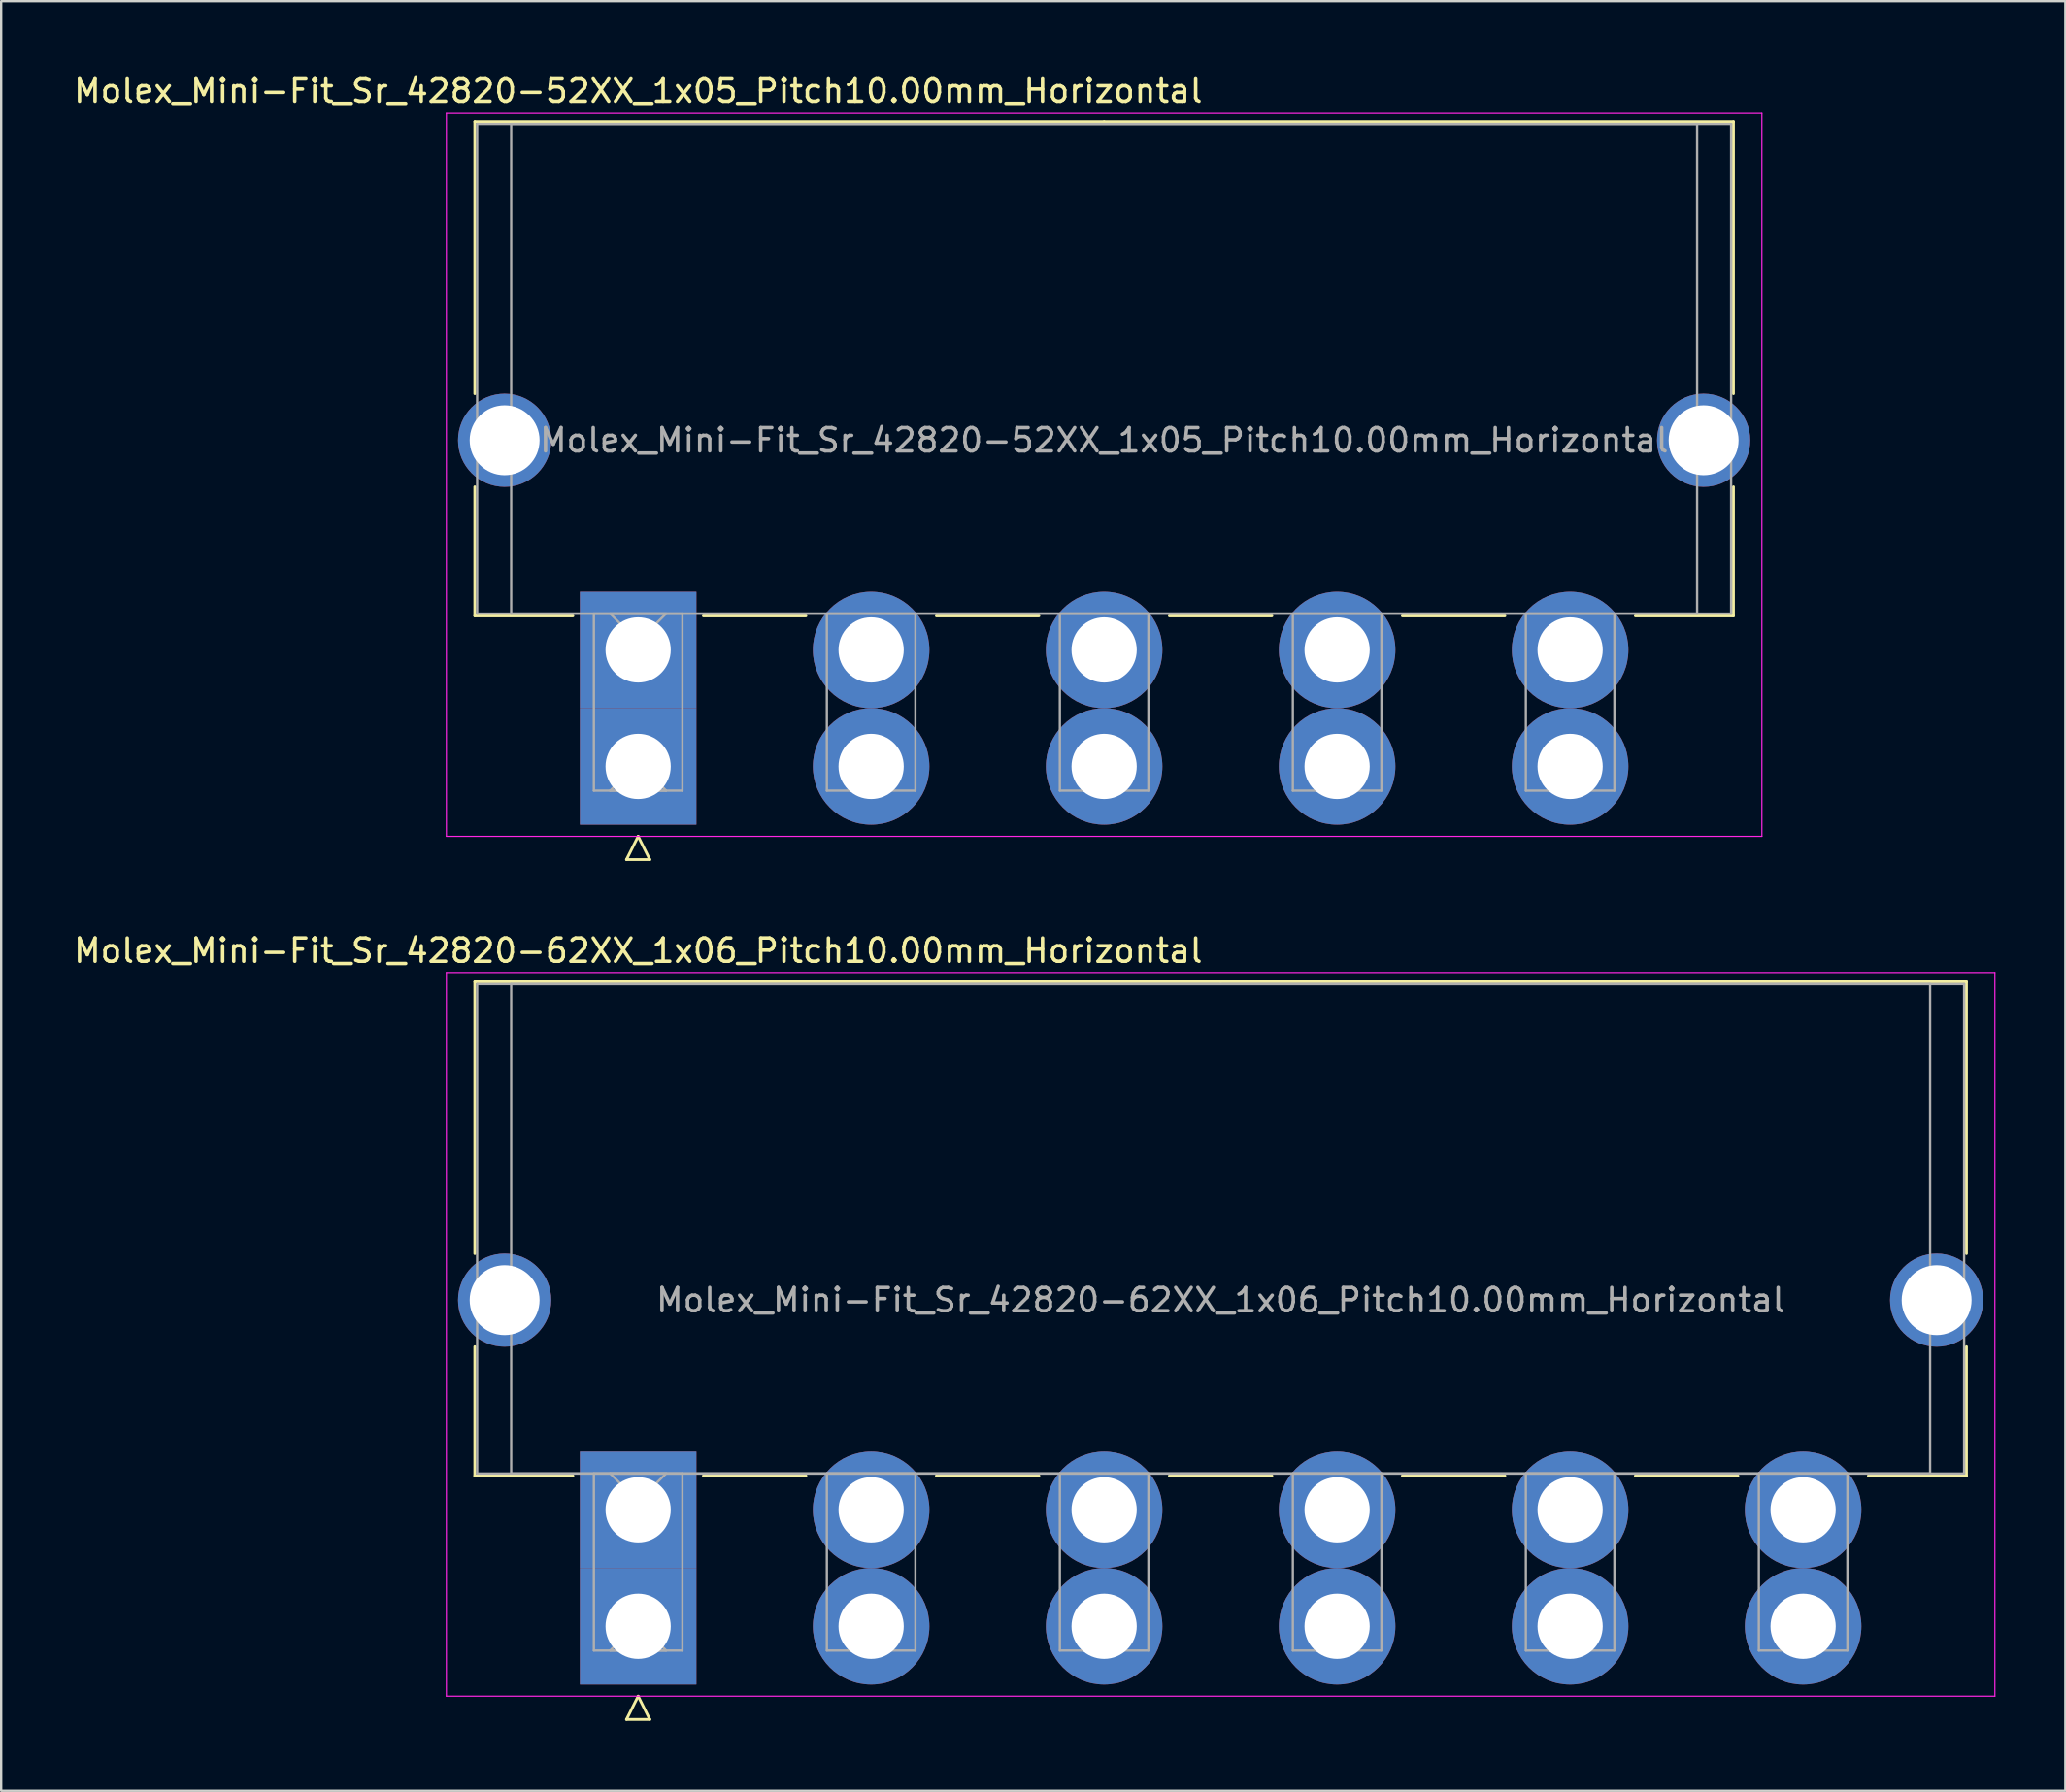
<source format=kicad_pcb>
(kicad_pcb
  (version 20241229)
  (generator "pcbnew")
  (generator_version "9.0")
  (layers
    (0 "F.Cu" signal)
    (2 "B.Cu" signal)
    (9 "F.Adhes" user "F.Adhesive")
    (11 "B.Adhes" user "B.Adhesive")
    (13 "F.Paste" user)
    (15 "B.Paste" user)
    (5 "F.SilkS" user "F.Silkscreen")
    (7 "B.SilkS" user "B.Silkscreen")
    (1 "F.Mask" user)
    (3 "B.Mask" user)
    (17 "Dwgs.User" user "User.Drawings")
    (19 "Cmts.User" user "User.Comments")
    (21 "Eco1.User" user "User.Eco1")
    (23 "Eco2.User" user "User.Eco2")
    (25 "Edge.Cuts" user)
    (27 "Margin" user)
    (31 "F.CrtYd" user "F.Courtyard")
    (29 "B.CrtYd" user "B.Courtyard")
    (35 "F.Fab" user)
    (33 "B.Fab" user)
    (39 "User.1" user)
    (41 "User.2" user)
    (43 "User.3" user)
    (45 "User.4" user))
  (footprint "Molex_Mini-Fit_Sr_42820-62XX_1x06_Pitch10.00mm_Horizontal"
    (layer "F.Cu")
    (at 24.339 61.757)
    (property "Reference" "Molex_Mini-Fit_Sr_42820-62XX_1x06_Pitch10.00mm_Horizontal" (at 0 -24 0) (layer "F.SilkS") (effects (font (size 1 1) (thickness 0.15))))
    (attr through_hole)
    (fp_line (start -7.01 -22.66) (end -7.01 -11) (stroke (width 0.12) (type solid)) (layer "F.SilkS"))
    (fp_line (start -7.01 -7) (end -7.01 -1.46) (stroke (width 0.12) (type solid)) (layer "F.SilkS"))
    (fp_line (start -7.01 -1.46) (end -2.8 -1.46) (stroke (width 0.12) (type solid)) (layer "F.SilkS"))
    (fp_line (start -0.5 9) (end 0 8) (stroke (width 0.12) (type solid)) (layer "F.SilkS"))
    (fp_line (start 0 8) (end 0.5 9) (stroke (width 0.12) (type solid)) (layer "F.SilkS"))
    (fp_line (start 0.5 9) (end -0.5 9) (stroke (width 0.12) (type solid)) (layer "F.SilkS"))
    (fp_line (start 2.8 -1.46) (end 7.2 -1.46) (stroke (width 0.12) (type solid)) (layer "F.SilkS"))
    (fp_line (start 12.8 -1.46) (end 17.2 -1.46) (stroke (width 0.12) (type solid)) (layer "F.SilkS"))
    (fp_line (start 22.8 -1.46) (end 27.2 -1.46) (stroke (width 0.12) (type solid)) (layer "F.SilkS"))
    (fp_line (start 25 -22.66) (end -7.01 -22.66) (stroke (width 0.12) (type solid)) (layer "F.SilkS"))
    (fp_line (start 25 -22.66) (end 57.01 -22.66) (stroke (width 0.12) (type solid)) (layer "F.SilkS"))
    (fp_line (start 32.8 -1.46) (end 37.2 -1.46) (stroke (width 0.12) (type solid)) (layer "F.SilkS"))
    (fp_line (start 42.8 -1.46) (end 47.2 -1.46) (stroke (width 0.12) (type solid)) (layer "F.SilkS"))
    (fp_line (start 57.01 -22.66) (end 57.01 -11) (stroke (width 0.12) (type solid)) (layer "F.SilkS"))
    (fp_line (start 57.01 -7) (end 57.01 -1.46) (stroke (width 0.12) (type solid)) (layer "F.SilkS"))
    (fp_line (start 57.01 -1.46) (end 52.8 -1.46) (stroke (width 0.12) (type solid)) (layer "F.SilkS"))
    (fp_line (start -8.23 -23.06) (end -8.23 8) (stroke (width 0.05) (type solid)) (layer "F.CrtYd"))
    (fp_line (start -8.23 8) (end 58.23 8) (stroke (width 0.05) (type solid)) (layer "F.CrtYd"))
    (fp_line (start 58.23 -23.06) (end -8.23 -23.06) (stroke (width 0.05) (type solid)) (layer "F.CrtYd"))
    (fp_line (start 58.23 8) (end 58.23 -23.06) (stroke (width 0.05) (type solid)) (layer "F.CrtYd"))
    (fp_line (start -6.91 -22.56) (end -6.91 -1.56) (stroke (width 0.1) (type solid)) (layer "F.Fab"))
    (fp_line (start -6.91 -1.56) (end 56.91 -1.56) (stroke (width 0.1) (type solid)) (layer "F.Fab"))
    (fp_line (start -5.45 -22.56) (end -5.45 -1.56) (stroke (width 0.1) (type solid)) (layer "F.Fab"))
    (fp_line (start -5.45 -1.56) (end 55.45 -1.56) (stroke (width 0.1) (type solid)) (layer "F.Fab"))
    (fp_line (start -1.9 -1.56) (end -1.9 6.04) (stroke (width 0.1) (type solid)) (layer "F.Fab"))
    (fp_line (start -1.9 6.04) (end 1.9 6.04) (stroke (width 0.1) (type solid)) (layer "F.Fab"))
    (fp_line (start -1.2 -1.56) (end 0 -0.36) (stroke (width 0.1) (type solid)) (layer "F.Fab"))
    (fp_line (start -1.2 6.04) (end 0 4.84) (stroke (width 0.1) (type solid)) (layer "F.Fab"))
    (fp_line (start 0 -0.36) (end 1.2 -1.56) (stroke (width 0.1) (type solid)) (layer "F.Fab"))
    (fp_line (start 0 4.84) (end 1.2 6.04) (stroke (width 0.1) (type solid)) (layer "F.Fab"))
    (fp_line (start 1.2 -1.56) (end -1.2 -1.56) (stroke (width 0.1) (type solid)) (layer "F.Fab"))
    (fp_line (start 1.2 6.04) (end -1.2 6.04) (stroke (width 0.1) (type solid)) (layer "F.Fab"))
    (fp_line (start 1.9 -1.56) (end -1.9 -1.56) (stroke (width 0.1) (type solid)) (layer "F.Fab"))
    (fp_line (start 1.9 6.04) (end 1.9 -1.56) (stroke (width 0.1) (type solid)) (layer "F.Fab"))
    (fp_line (start 8.1 -1.56) (end 8.1 6.04) (stroke (width 0.1) (type solid)) (layer "F.Fab"))
    (fp_line (start 8.1 6.04) (end 11.9 6.04) (stroke (width 0.1) (type solid)) (layer "F.Fab"))
    (fp_line (start 11.9 -1.56) (end 8.1 -1.56) (stroke (width 0.1) (type solid)) (layer "F.Fab"))
    (fp_line (start 11.9 6.04) (end 11.9 -1.56) (stroke (width 0.1) (type solid)) (layer "F.Fab"))
    (fp_line (start 18.1 -1.56) (end 18.1 6.04) (stroke (width 0.1) (type solid)) (layer "F.Fab"))
    (fp_line (start 18.1 6.04) (end 21.9 6.04) (stroke (width 0.1) (type solid)) (layer "F.Fab"))
    (fp_line (start 21.9 -1.56) (end 18.1 -1.56) (stroke (width 0.1) (type solid)) (layer "F.Fab"))
    (fp_line (start 21.9 6.04) (end 21.9 -1.56) (stroke (width 0.1) (type solid)) (layer "F.Fab"))
    (fp_line (start 28.1 -1.56) (end 28.1 6.04) (stroke (width 0.1) (type solid)) (layer "F.Fab"))
    (fp_line (start 28.1 6.04) (end 31.9 6.04) (stroke (width 0.1) (type solid)) (layer "F.Fab"))
    (fp_line (start 31.9 -1.56) (end 28.1 -1.56) (stroke (width 0.1) (type solid)) (layer "F.Fab"))
    (fp_line (start 31.9 6.04) (end 31.9 -1.56) (stroke (width 0.1) (type solid)) (layer "F.Fab"))
    (fp_line (start 38.1 -1.56) (end 38.1 6.04) (stroke (width 0.1) (type solid)) (layer "F.Fab"))
    (fp_line (start 38.1 6.04) (end 41.9 6.04) (stroke (width 0.1) (type solid)) (layer "F.Fab"))
    (fp_line (start 41.9 -1.56) (end 38.1 -1.56) (stroke (width 0.1) (type solid)) (layer "F.Fab"))
    (fp_line (start 41.9 6.04) (end 41.9 -1.56) (stroke (width 0.1) (type solid)) (layer "F.Fab"))
    (fp_line (start 48.1 -1.56) (end 48.1 6.04) (stroke (width 0.1) (type solid)) (layer "F.Fab"))
    (fp_line (start 48.1 6.04) (end 51.9 6.04) (stroke (width 0.1) (type solid)) (layer "F.Fab"))
    (fp_line (start 51.9 -1.56) (end 48.1 -1.56) (stroke (width 0.1) (type solid)) (layer "F.Fab"))
    (fp_line (start 51.9 6.04) (end 51.9 -1.56) (stroke (width 0.1) (type solid)) (layer "F.Fab"))
    (fp_line (start 55.45 -22.56) (end -5.45 -22.56) (stroke (width 0.1) (type solid)) (layer "F.Fab"))
    (fp_line (start 55.45 -1.56) (end 55.45 -22.56) (stroke (width 0.1) (type solid)) (layer "F.Fab"))
    (fp_line (start 56.91 -22.56) (end -6.91 -22.56) (stroke (width 0.1) (type solid)) (layer "F.Fab"))
    (fp_line (start 56.91 -1.56) (end 56.91 -22.56) (stroke (width 0.1) (type solid)) (layer "F.Fab"))
    (fp_text user "${REFERENCE}" (at 25 -9 0) (layer "F.Fab") (effects (font (size 1 1) (thickness 0.15))))
    (pad "" thru_hole circle (at -5.73 -9) (size 4 4) (drill 3) (layers "*.Cu" "*.Mask"))
    (pad "" thru_hole circle (at 55.73 -9) (size 4 4) (drill 3) (layers "*.Cu" "*.Mask"))
    (pad "1" thru_hole rect (at 0 0) (size 5 5) (drill 2.8) (layers "*.Cu" "*.Mask"))
    (pad "1" thru_hole rect (at 0 5) (size 5 5) (drill 2.8) (layers "*.Cu" "*.Mask"))
    (pad "2" thru_hole circle (at 10 0) (size 5 5) (drill 2.8) (layers "*.Cu" "*.Mask"))
    (pad "2" thru_hole circle (at 10 5) (size 5 5) (drill 2.8) (layers "*.Cu" "*.Mask"))
    (pad "3" thru_hole circle (at 20 0) (size 5 5) (drill 2.8) (layers "*.Cu" "*.Mask"))
    (pad "3" thru_hole circle (at 20 5) (size 5 5) (drill 2.8) (layers "*.Cu" "*.Mask"))
    (pad "4" thru_hole circle (at 30 0) (size 5 5) (drill 2.8) (layers "*.Cu" "*.Mask"))
    (pad "4" thru_hole circle (at 30 5) (size 5 5) (drill 2.8) (layers "*.Cu" "*.Mask"))
    (pad "5" thru_hole circle (at 40 0) (size 5 5) (drill 2.8) (layers "*.Cu" "*.Mask"))
    (pad "5" thru_hole circle (at 40 5) (size 5 5) (drill 2.8) (layers "*.Cu" "*.Mask"))
    (pad "6" thru_hole circle (at 50 0) (size 5 5) (drill 2.8) (layers "*.Cu" "*.Mask"))
    (pad "6" thru_hole circle (at 50 5) (size 5 5) (drill 2.8) (layers "*.Cu" "*.Mask")))
  (footprint "Molex_Mini-Fit_Sr_42820-52XX_1x05_Pitch10.00mm_Horizontal"
    (layer "F.Cu")
    (at 24.339 24.848)
    (property "Reference" "Molex_Mini-Fit_Sr_42820-52XX_1x05_Pitch10.00mm_Horizontal" (at 0 -24 0) (layer "F.SilkS") (effects (font (size 1 1) (thickness 0.15))))
    (attr through_hole)
    (fp_line (start -7.01 -22.66) (end -7.01 -11) (stroke (width 0.12) (type solid)) (layer "F.SilkS"))
    (fp_line (start -7.01 -7) (end -7.01 -1.46) (stroke (width 0.12) (type solid)) (layer "F.SilkS"))
    (fp_line (start -7.01 -1.46) (end -2.8 -1.46) (stroke (width 0.12) (type solid)) (layer "F.SilkS"))
    (fp_line (start -0.5 9) (end 0 8) (stroke (width 0.12) (type solid)) (layer "F.SilkS"))
    (fp_line (start 0 8) (end 0.5 9) (stroke (width 0.12) (type solid)) (layer "F.SilkS"))
    (fp_line (start 0.5 9) (end -0.5 9) (stroke (width 0.12) (type solid)) (layer "F.SilkS"))
    (fp_line (start 2.8 -1.46) (end 7.2 -1.46) (stroke (width 0.12) (type solid)) (layer "F.SilkS"))
    (fp_line (start 12.8 -1.46) (end 17.2 -1.46) (stroke (width 0.12) (type solid)) (layer "F.SilkS"))
    (fp_line (start 20 -22.66) (end -7.01 -22.66) (stroke (width 0.12) (type solid)) (layer "F.SilkS"))
    (fp_line (start 20 -22.66) (end 47.01 -22.66) (stroke (width 0.12) (type solid)) (layer "F.SilkS"))
    (fp_line (start 22.8 -1.46) (end 27.2 -1.46) (stroke (width 0.12) (type solid)) (layer "F.SilkS"))
    (fp_line (start 32.8 -1.46) (end 37.2 -1.46) (stroke (width 0.12) (type solid)) (layer "F.SilkS"))
    (fp_line (start 47.01 -22.66) (end 47.01 -11) (stroke (width 0.12) (type solid)) (layer "F.SilkS"))
    (fp_line (start 47.01 -7) (end 47.01 -1.46) (stroke (width 0.12) (type solid)) (layer "F.SilkS"))
    (fp_line (start 47.01 -1.46) (end 42.8 -1.46) (stroke (width 0.12) (type solid)) (layer "F.SilkS"))
    (fp_line (start -8.23 -23.06) (end -8.23 8) (stroke (width 0.05) (type solid)) (layer "F.CrtYd"))
    (fp_line (start -8.23 8) (end 48.23 8) (stroke (width 0.05) (type solid)) (layer "F.CrtYd"))
    (fp_line (start 48.23 -23.06) (end -8.23 -23.06) (stroke (width 0.05) (type solid)) (layer "F.CrtYd"))
    (fp_line (start 48.23 8) (end 48.23 -23.06) (stroke (width 0.05) (type solid)) (layer "F.CrtYd"))
    (fp_line (start -6.91 -22.56) (end -6.91 -1.56) (stroke (width 0.1) (type solid)) (layer "F.Fab"))
    (fp_line (start -6.91 -1.56) (end 46.91 -1.56) (stroke (width 0.1) (type solid)) (layer "F.Fab"))
    (fp_line (start -5.45 -22.56) (end -5.45 -1.56) (stroke (width 0.1) (type solid)) (layer "F.Fab"))
    (fp_line (start -5.45 -1.56) (end 45.45 -1.56) (stroke (width 0.1) (type solid)) (layer "F.Fab"))
    (fp_line (start -1.9 -1.56) (end -1.9 6.04) (stroke (width 0.1) (type solid)) (layer "F.Fab"))
    (fp_line (start -1.9 6.04) (end 1.9 6.04) (stroke (width 0.1) (type solid)) (layer "F.Fab"))
    (fp_line (start -1.2 -1.56) (end 0 -0.36) (stroke (width 0.1) (type solid)) (layer "F.Fab"))
    (fp_line (start -1.2 6.04) (end 0 4.84) (stroke (width 0.1) (type solid)) (layer "F.Fab"))
    (fp_line (start 0 -0.36) (end 1.2 -1.56) (stroke (width 0.1) (type solid)) (layer "F.Fab"))
    (fp_line (start 0 4.84) (end 1.2 6.04) (stroke (width 0.1) (type solid)) (layer "F.Fab"))
    (fp_line (start 1.2 -1.56) (end -1.2 -1.56) (stroke (width 0.1) (type solid)) (layer "F.Fab"))
    (fp_line (start 1.2 6.04) (end -1.2 6.04) (stroke (width 0.1) (type solid)) (layer "F.Fab"))
    (fp_line (start 1.9 -1.56) (end -1.9 -1.56) (stroke (width 0.1) (type solid)) (layer "F.Fab"))
    (fp_line (start 1.9 6.04) (end 1.9 -1.56) (stroke (width 0.1) (type solid)) (layer "F.Fab"))
    (fp_line (start 8.1 -1.56) (end 8.1 6.04) (stroke (width 0.1) (type solid)) (layer "F.Fab"))
    (fp_line (start 8.1 6.04) (end 11.9 6.04) (stroke (width 0.1) (type solid)) (layer "F.Fab"))
    (fp_line (start 11.9 -1.56) (end 8.1 -1.56) (stroke (width 0.1) (type solid)) (layer "F.Fab"))
    (fp_line (start 11.9 6.04) (end 11.9 -1.56) (stroke (width 0.1) (type solid)) (layer "F.Fab"))
    (fp_line (start 18.1 -1.56) (end 18.1 6.04) (stroke (width 0.1) (type solid)) (layer "F.Fab"))
    (fp_line (start 18.1 6.04) (end 21.9 6.04) (stroke (width 0.1) (type solid)) (layer "F.Fab"))
    (fp_line (start 21.9 -1.56) (end 18.1 -1.56) (stroke (width 0.1) (type solid)) (layer "F.Fab"))
    (fp_line (start 21.9 6.04) (end 21.9 -1.56) (stroke (width 0.1) (type solid)) (layer "F.Fab"))
    (fp_line (start 28.1 -1.56) (end 28.1 6.04) (stroke (width 0.1) (type solid)) (layer "F.Fab"))
    (fp_line (start 28.1 6.04) (end 31.9 6.04) (stroke (width 0.1) (type solid)) (layer "F.Fab"))
    (fp_line (start 31.9 -1.56) (end 28.1 -1.56) (stroke (width 0.1) (type solid)) (layer "F.Fab"))
    (fp_line (start 31.9 6.04) (end 31.9 -1.56) (stroke (width 0.1) (type solid)) (layer "F.Fab"))
    (fp_line (start 38.1 -1.56) (end 38.1 6.04) (stroke (width 0.1) (type solid)) (layer "F.Fab"))
    (fp_line (start 38.1 6.04) (end 41.9 6.04) (stroke (width 0.1) (type solid)) (layer "F.Fab"))
    (fp_line (start 41.9 -1.56) (end 38.1 -1.56) (stroke (width 0.1) (type solid)) (layer "F.Fab"))
    (fp_line (start 41.9 6.04) (end 41.9 -1.56) (stroke (width 0.1) (type solid)) (layer "F.Fab"))
    (fp_line (start 45.45 -22.56) (end -5.45 -22.56) (stroke (width 0.1) (type solid)) (layer "F.Fab"))
    (fp_line (start 45.45 -1.56) (end 45.45 -22.56) (stroke (width 0.1) (type solid)) (layer "F.Fab"))
    (fp_line (start 46.91 -22.56) (end -6.91 -22.56) (stroke (width 0.1) (type solid)) (layer "F.Fab"))
    (fp_line (start 46.91 -1.56) (end 46.91 -22.56) (stroke (width 0.1) (type solid)) (layer "F.Fab"))
    (fp_text user "${REFERENCE}" (at 20 -9 0) (layer "F.Fab") (effects (font (size 1 1) (thickness 0.15))))
    (pad "" thru_hole circle (at -5.73 -9) (size 4 4) (drill 3) (layers "*.Cu" "*.Mask"))
    (pad "" thru_hole circle (at 45.73 -9) (size 4 4) (drill 3) (layers "*.Cu" "*.Mask"))
    (pad "1" thru_hole rect (at 0 0) (size 5 5) (drill 2.8) (layers "*.Cu" "*.Mask"))
    (pad "1" thru_hole rect (at 0 5) (size 5 5) (drill 2.8) (layers "*.Cu" "*.Mask"))
    (pad "2" thru_hole circle (at 10 0) (size 5 5) (drill 2.8) (layers "*.Cu" "*.Mask"))
    (pad "2" thru_hole circle (at 10 5) (size 5 5) (drill 2.8) (layers "*.Cu" "*.Mask"))
    (pad "3" thru_hole circle (at 20 0) (size 5 5) (drill 2.8) (layers "*.Cu" "*.Mask"))
    (pad "3" thru_hole circle (at 20 5) (size 5 5) (drill 2.8) (layers "*.Cu" "*.Mask"))
    (pad "4" thru_hole circle (at 30 0) (size 5 5) (drill 2.8) (layers "*.Cu" "*.Mask"))
    (pad "4" thru_hole circle (at 30 5) (size 5 5) (drill 2.8) (layers "*.Cu" "*.Mask"))
    (pad "5" thru_hole circle (at 40 0) (size 5 5) (drill 2.8) (layers "*.Cu" "*.Mask"))
    (pad "5" thru_hole circle (at 40 5) (size 5 5) (drill 2.8) (layers "*.Cu" "*.Mask")))
  (gr_rect
    (start -3 -3)
    (end 85.594 73.817)
    (stroke (width 0.1) (type default))
    (fill no)
    (layer "Edge.Cuts")))
</source>
